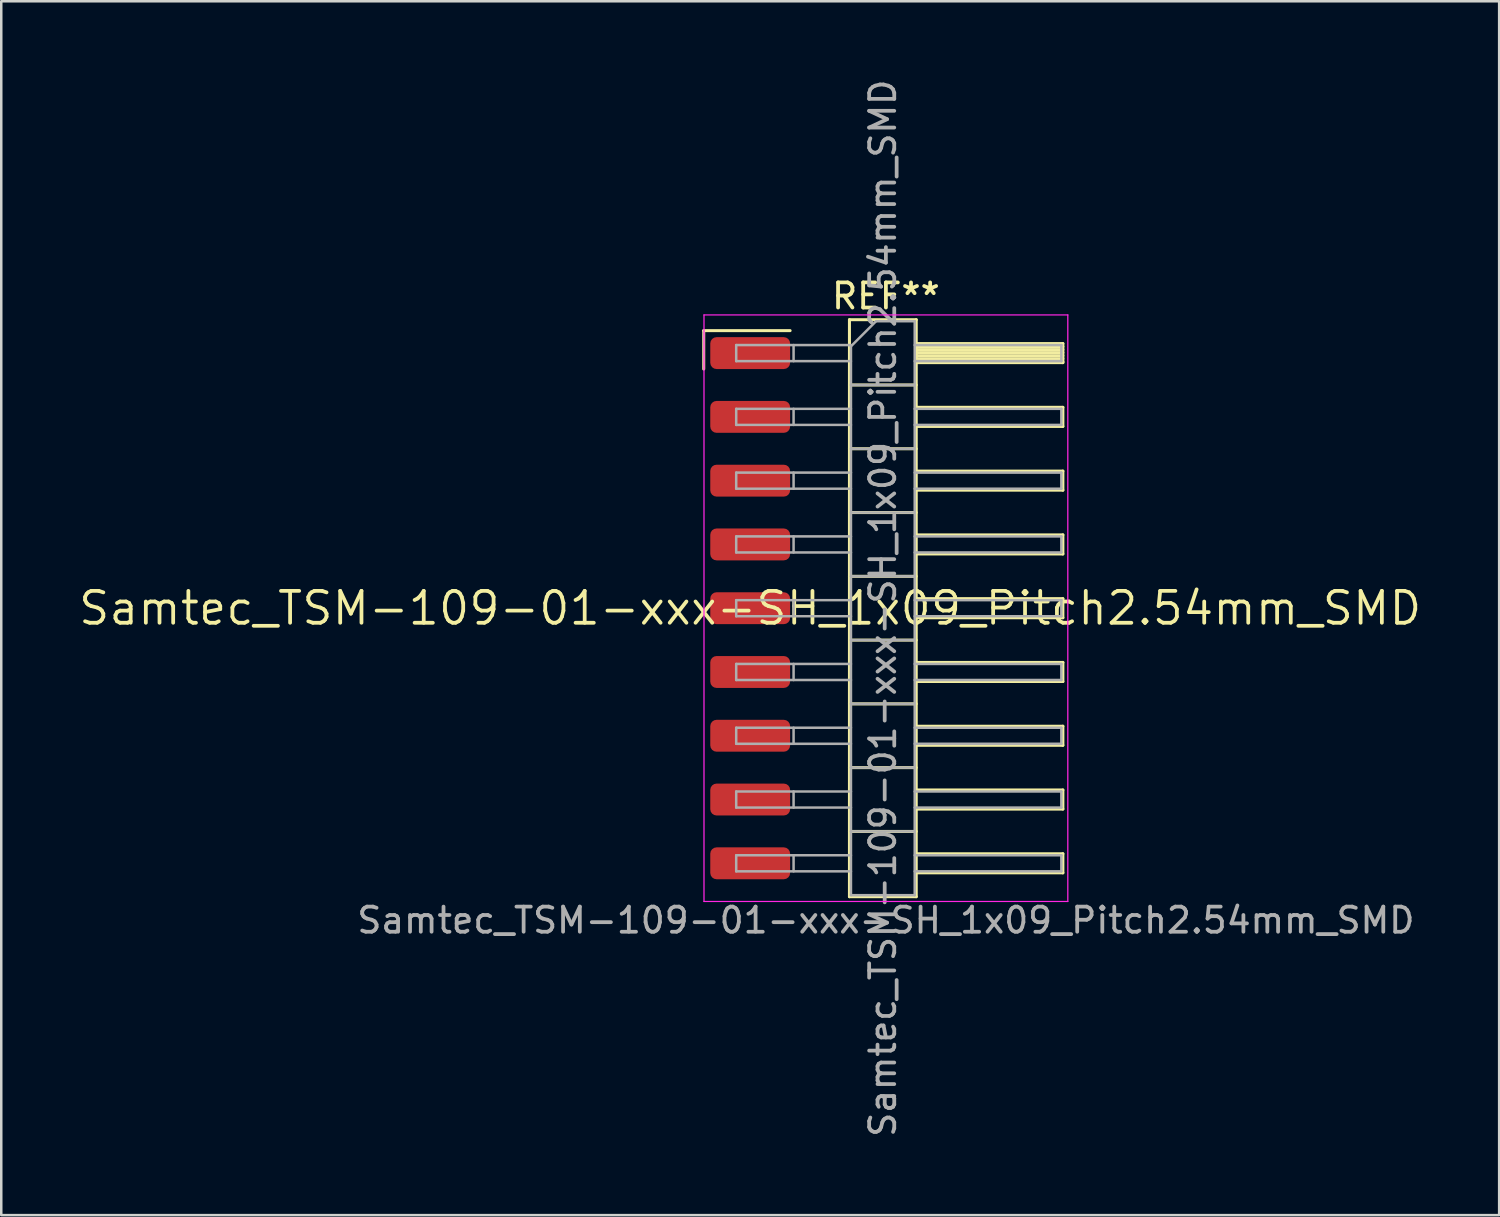
<source format=kicad_pcb>
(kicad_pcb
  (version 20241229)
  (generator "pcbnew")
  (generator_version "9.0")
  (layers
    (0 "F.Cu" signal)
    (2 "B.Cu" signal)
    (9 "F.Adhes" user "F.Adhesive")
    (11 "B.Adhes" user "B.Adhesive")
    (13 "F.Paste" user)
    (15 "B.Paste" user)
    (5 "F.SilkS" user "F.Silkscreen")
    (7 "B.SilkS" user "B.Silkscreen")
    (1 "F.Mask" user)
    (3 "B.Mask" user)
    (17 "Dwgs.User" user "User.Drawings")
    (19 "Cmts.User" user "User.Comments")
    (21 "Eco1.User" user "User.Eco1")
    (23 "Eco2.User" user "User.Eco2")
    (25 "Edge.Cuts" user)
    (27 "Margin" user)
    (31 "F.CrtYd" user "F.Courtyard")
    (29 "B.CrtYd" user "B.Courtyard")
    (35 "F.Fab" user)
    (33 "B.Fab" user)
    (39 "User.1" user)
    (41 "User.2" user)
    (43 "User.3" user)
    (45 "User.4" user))
  (footprint "Samtec_TSM-109-01-xxx-SH_1x09_Pitch2.54mm_SMD"
    (layer "F.Cu")
    (at 26.828 21.173)
    (property "Reference" "Samtec_TSM-109-01-xxx-SH_1x09_Pitch2.54mm_SMD" (at 0 0 0) (layer "F.SilkS") (effects (font (size 1.27 1.27) (thickness 0.15))))
    (attr smd)
    (fp_line (start -1.85 -11.055) (end 1.59 -11.055) (stroke (width 0.12) (type solid)) (layer "F.SilkS"))
    (fp_line (start -1.85 -9.525) (end -1.85 -11.055) (stroke (width 0.12) (type solid)) (layer "F.SilkS"))
    (fp_line (start 3.953 -11.49) (end 6.613 -11.49) (stroke (width 0.12) (type solid)) (layer "F.SilkS"))
    (fp_line (start 3.953 -8.89) (end 6.613 -8.89) (stroke (width 0.12) (type solid)) (layer "F.SilkS"))
    (fp_line (start 3.953 -6.35) (end 6.613 -6.35) (stroke (width 0.12) (type solid)) (layer "F.SilkS"))
    (fp_line (start 3.953 -3.81) (end 6.613 -3.81) (stroke (width 0.12) (type solid)) (layer "F.SilkS"))
    (fp_line (start 3.953 -1.27) (end 6.613 -1.27) (stroke (width 0.12) (type solid)) (layer "F.SilkS"))
    (fp_line (start 3.953 1.27) (end 6.613 1.27) (stroke (width 0.12) (type solid)) (layer "F.SilkS"))
    (fp_line (start 3.953 3.81) (end 6.613 3.81) (stroke (width 0.12) (type solid)) (layer "F.SilkS"))
    (fp_line (start 3.953 6.35) (end 6.613 6.35) (stroke (width 0.12) (type solid)) (layer "F.SilkS"))
    (fp_line (start 3.953 8.89) (end 6.613 8.89) (stroke (width 0.12) (type solid)) (layer "F.SilkS"))
    (fp_line (start 3.953 11.49) (end 3.953 -11.49) (stroke (width 0.12) (type solid)) (layer "F.SilkS"))
    (fp_line (start 6.613 -11.49) (end 6.613 11.49) (stroke (width 0.12) (type solid)) (layer "F.SilkS"))
    (fp_line (start 6.613 -10.54) (end 12.453 -10.54) (stroke (width 0.12) (type solid)) (layer "F.SilkS"))
    (fp_line (start 6.613 -10.42) (end 12.453 -10.42) (stroke (width 0.12) (type solid)) (layer "F.SilkS"))
    (fp_line (start 6.613 -10.3) (end 12.453 -10.3) (stroke (width 0.12) (type solid)) (layer "F.SilkS"))
    (fp_line (start 6.613 -10.18) (end 12.453 -10.18) (stroke (width 0.12) (type solid)) (layer "F.SilkS"))
    (fp_line (start 6.613 -10.06) (end 12.453 -10.06) (stroke (width 0.12) (type solid)) (layer "F.SilkS"))
    (fp_line (start 6.613 -9.94) (end 12.453 -9.94) (stroke (width 0.12) (type solid)) (layer "F.SilkS"))
    (fp_line (start 6.613 -9.82) (end 12.453 -9.82) (stroke (width 0.12) (type solid)) (layer "F.SilkS"))
    (fp_line (start 6.613 -9.78) (end 12.453 -9.78) (stroke (width 0.12) (type solid)) (layer "F.SilkS"))
    (fp_line (start 6.613 -8) (end 12.453 -8) (stroke (width 0.12) (type solid)) (layer "F.SilkS"))
    (fp_line (start 6.613 -7.24) (end 12.453 -7.24) (stroke (width 0.12) (type solid)) (layer "F.SilkS"))
    (fp_line (start 6.613 -5.46) (end 12.453 -5.46) (stroke (width 0.12) (type solid)) (layer "F.SilkS"))
    (fp_line (start 6.613 -4.7) (end 12.453 -4.7) (stroke (width 0.12) (type solid)) (layer "F.SilkS"))
    (fp_line (start 6.613 -2.92) (end 12.453 -2.92) (stroke (width 0.12) (type solid)) (layer "F.SilkS"))
    (fp_line (start 6.613 -2.16) (end 12.453 -2.16) (stroke (width 0.12) (type solid)) (layer "F.SilkS"))
    (fp_line (start 6.613 -0.38) (end 12.453 -0.38) (stroke (width 0.12) (type solid)) (layer "F.SilkS"))
    (fp_line (start 6.613 0.38) (end 12.453 0.38) (stroke (width 0.12) (type solid)) (layer "F.SilkS"))
    (fp_line (start 6.613 2.16) (end 12.453 2.16) (stroke (width 0.12) (type solid)) (layer "F.SilkS"))
    (fp_line (start 6.613 2.92) (end 12.453 2.92) (stroke (width 0.12) (type solid)) (layer "F.SilkS"))
    (fp_line (start 6.613 4.7) (end 12.453 4.7) (stroke (width 0.12) (type solid)) (layer "F.SilkS"))
    (fp_line (start 6.613 5.46) (end 12.453 5.46) (stroke (width 0.12) (type solid)) (layer "F.SilkS"))
    (fp_line (start 6.613 7.24) (end 12.453 7.24) (stroke (width 0.12) (type solid)) (layer "F.SilkS"))
    (fp_line (start 6.613 8) (end 12.453 8) (stroke (width 0.12) (type solid)) (layer "F.SilkS"))
    (fp_line (start 6.613 9.78) (end 12.453 9.78) (stroke (width 0.12) (type solid)) (layer "F.SilkS"))
    (fp_line (start 6.613 10.54) (end 12.453 10.54) (stroke (width 0.12) (type solid)) (layer "F.SilkS"))
    (fp_line (start 6.613 11.49) (end 3.953 11.49) (stroke (width 0.12) (type solid)) (layer "F.SilkS"))
    (fp_line (start 12.453 -10.54) (end 12.453 -9.78) (stroke (width 0.12) (type solid)) (layer "F.SilkS"))
    (fp_line (start 12.453 -8) (end 12.453 -7.24) (stroke (width 0.12) (type solid)) (layer "F.SilkS"))
    (fp_line (start 12.453 -5.46) (end 12.453 -4.7) (stroke (width 0.12) (type solid)) (layer "F.SilkS"))
    (fp_line (start 12.453 -2.92) (end 12.453 -2.16) (stroke (width 0.12) (type solid)) (layer "F.SilkS"))
    (fp_line (start 12.453 -0.38) (end 12.453 0.38) (stroke (width 0.12) (type solid)) (layer "F.SilkS"))
    (fp_line (start 12.453 2.16) (end 12.453 2.92) (stroke (width 0.12) (type solid)) (layer "F.SilkS"))
    (fp_line (start 12.453 4.7) (end 12.453 5.46) (stroke (width 0.12) (type solid)) (layer "F.SilkS"))
    (fp_line (start 12.453 7.24) (end 12.453 8) (stroke (width 0.12) (type solid)) (layer "F.SilkS"))
    (fp_line (start 12.453 9.78) (end 12.453 10.54) (stroke (width 0.12) (type solid)) (layer "F.SilkS"))
    (fp_line (start -1.84 -11.68) (end 12.65 -11.68) (stroke (width 0.05) (type solid)) (layer "F.CrtYd"))
    (fp_line (start -1.84 11.68) (end -1.84 -11.68) (stroke (width 0.05) (type solid)) (layer "F.CrtYd"))
    (fp_line (start 12.65 -11.68) (end 12.65 11.68) (stroke (width 0.05) (type solid)) (layer "F.CrtYd"))
    (fp_line (start 12.65 11.68) (end -1.84 11.68) (stroke (width 0.05) (type solid)) (layer "F.CrtYd"))
    (fp_line (start -0.557 -10.48) (end -0.557 -9.84) (stroke (width 0.1) (type solid)) (layer "F.Fab"))
    (fp_line (start -0.557 -10.48) (end 4.013 -10.48) (stroke (width 0.1) (type solid)) (layer "F.Fab"))
    (fp_line (start -0.557 -9.84) (end 4.013 -9.84) (stroke (width 0.1) (type solid)) (layer "F.Fab"))
    (fp_line (start -0.557 -7.94) (end -0.557 -7.3) (stroke (width 0.1) (type solid)) (layer "F.Fab"))
    (fp_line (start -0.557 -7.94) (end 4.013 -7.94) (stroke (width 0.1) (type solid)) (layer "F.Fab"))
    (fp_line (start -0.557 -7.3) (end 4.013 -7.3) (stroke (width 0.1) (type solid)) (layer "F.Fab"))
    (fp_line (start -0.557 -5.4) (end -0.557 -4.76) (stroke (width 0.1) (type solid)) (layer "F.Fab"))
    (fp_line (start -0.557 -5.4) (end 4.013 -5.4) (stroke (width 0.1) (type solid)) (layer "F.Fab"))
    (fp_line (start -0.557 -4.76) (end 4.013 -4.76) (stroke (width 0.1) (type solid)) (layer "F.Fab"))
    (fp_line (start -0.557 -2.86) (end -0.557 -2.22) (stroke (width 0.1) (type solid)) (layer "F.Fab"))
    (fp_line (start -0.557 -2.86) (end 4.013 -2.86) (stroke (width 0.1) (type solid)) (layer "F.Fab"))
    (fp_line (start -0.557 -2.22) (end 4.013 -2.22) (stroke (width 0.1) (type solid)) (layer "F.Fab"))
    (fp_line (start -0.557 -0.32) (end -0.557 0.32) (stroke (width 0.1) (type solid)) (layer "F.Fab"))
    (fp_line (start -0.557 -0.32) (end 4.013 -0.32) (stroke (width 0.1) (type solid)) (layer "F.Fab"))
    (fp_line (start -0.557 0.32) (end 4.013 0.32) (stroke (width 0.1) (type solid)) (layer "F.Fab"))
    (fp_line (start -0.557 2.22) (end -0.557 2.86) (stroke (width 0.1) (type solid)) (layer "F.Fab"))
    (fp_line (start -0.557 2.22) (end 4.013 2.22) (stroke (width 0.1) (type solid)) (layer "F.Fab"))
    (fp_line (start -0.557 2.86) (end 4.013 2.86) (stroke (width 0.1) (type solid)) (layer "F.Fab"))
    (fp_line (start -0.557 4.76) (end -0.557 5.4) (stroke (width 0.1) (type solid)) (layer "F.Fab"))
    (fp_line (start -0.557 4.76) (end 4.013 4.76) (stroke (width 0.1) (type solid)) (layer "F.Fab"))
    (fp_line (start -0.557 5.4) (end 4.013 5.4) (stroke (width 0.1) (type solid)) (layer "F.Fab"))
    (fp_line (start -0.557 7.3) (end -0.557 7.94) (stroke (width 0.1) (type solid)) (layer "F.Fab"))
    (fp_line (start -0.557 7.3) (end 4.013 7.3) (stroke (width 0.1) (type solid)) (layer "F.Fab"))
    (fp_line (start -0.557 7.94) (end 4.013 7.94) (stroke (width 0.1) (type solid)) (layer "F.Fab"))
    (fp_line (start -0.557 9.84) (end -0.557 10.48) (stroke (width 0.1) (type solid)) (layer "F.Fab"))
    (fp_line (start -0.557 9.84) (end 4.013 9.84) (stroke (width 0.1) (type solid)) (layer "F.Fab"))
    (fp_line (start -0.557 10.48) (end 4.013 10.48) (stroke (width 0.1) (type solid)) (layer "F.Fab"))
    (fp_line (start 1.728 -10.48) (end 1.728 -9.84) (stroke (width 0.1) (type solid)) (layer "F.Fab"))
    (fp_line (start 1.728 -7.94) (end 1.728 -7.3) (stroke (width 0.1) (type solid)) (layer "F.Fab"))
    (fp_line (start 1.728 -5.4) (end 1.728 -4.76) (stroke (width 0.1) (type solid)) (layer "F.Fab"))
    (fp_line (start 1.728 -2.86) (end 1.728 -2.22) (stroke (width 0.1) (type solid)) (layer "F.Fab"))
    (fp_line (start 1.728 -0.32) (end 1.728 0.32) (stroke (width 0.1) (type solid)) (layer "F.Fab"))
    (fp_line (start 1.728 2.22) (end 1.728 2.86) (stroke (width 0.1) (type solid)) (layer "F.Fab"))
    (fp_line (start 1.728 4.76) (end 1.728 5.4) (stroke (width 0.1) (type solid)) (layer "F.Fab"))
    (fp_line (start 1.728 7.3) (end 1.728 7.94) (stroke (width 0.1) (type solid)) (layer "F.Fab"))
    (fp_line (start 1.728 9.84) (end 1.728 10.48) (stroke (width 0.1) (type solid)) (layer "F.Fab"))
    (fp_line (start 4.013 -10.43) (end 5.013 -11.43) (stroke (width 0.1) (type solid)) (layer "F.Fab"))
    (fp_line (start 4.013 -8.89) (end 6.553 -8.89) (stroke (width 0.1) (type solid)) (layer "F.Fab"))
    (fp_line (start 4.013 -6.35) (end 6.553 -6.35) (stroke (width 0.1) (type solid)) (layer "F.Fab"))
    (fp_line (start 4.013 -3.81) (end 6.553 -3.81) (stroke (width 0.1) (type solid)) (layer "F.Fab"))
    (fp_line (start 4.013 -1.27) (end 6.553 -1.27) (stroke (width 0.1) (type solid)) (layer "F.Fab"))
    (fp_line (start 4.013 1.27) (end 6.553 1.27) (stroke (width 0.1) (type solid)) (layer "F.Fab"))
    (fp_line (start 4.013 3.81) (end 6.553 3.81) (stroke (width 0.1) (type solid)) (layer "F.Fab"))
    (fp_line (start 4.013 6.35) (end 6.553 6.35) (stroke (width 0.1) (type solid)) (layer "F.Fab"))
    (fp_line (start 4.013 8.89) (end 6.553 8.89) (stroke (width 0.1) (type solid)) (layer "F.Fab"))
    (fp_line (start 4.013 11.43) (end 4.013 -10.43) (stroke (width 0.1) (type solid)) (layer "F.Fab"))
    (fp_line (start 5.013 -11.43) (end 6.553 -11.43) (stroke (width 0.1) (type solid)) (layer "F.Fab"))
    (fp_line (start 6.553 -11.43) (end 6.553 11.43) (stroke (width 0.1) (type solid)) (layer "F.Fab"))
    (fp_line (start 6.553 -10.48) (end 12.393 -10.48) (stroke (width 0.1) (type solid)) (layer "F.Fab"))
    (fp_line (start 6.553 -9.84) (end 12.393 -9.84) (stroke (width 0.1) (type solid)) (layer "F.Fab"))
    (fp_line (start 6.553 -7.94) (end 12.393 -7.94) (stroke (width 0.1) (type solid)) (layer "F.Fab"))
    (fp_line (start 6.553 -7.3) (end 12.393 -7.3) (stroke (width 0.1) (type solid)) (layer "F.Fab"))
    (fp_line (start 6.553 -5.4) (end 12.393 -5.4) (stroke (width 0.1) (type solid)) (layer "F.Fab"))
    (fp_line (start 6.553 -4.76) (end 12.393 -4.76) (stroke (width 0.1) (type solid)) (layer "F.Fab"))
    (fp_line (start 6.553 -2.86) (end 12.393 -2.86) (stroke (width 0.1) (type solid)) (layer "F.Fab"))
    (fp_line (start 6.553 -2.22) (end 12.393 -2.22) (stroke (width 0.1) (type solid)) (layer "F.Fab"))
    (fp_line (start 6.553 -0.32) (end 12.393 -0.32) (stroke (width 0.1) (type solid)) (layer "F.Fab"))
    (fp_line (start 6.553 0.32) (end 12.393 0.32) (stroke (width 0.1) (type solid)) (layer "F.Fab"))
    (fp_line (start 6.553 2.22) (end 12.393 2.22) (stroke (width 0.1) (type solid)) (layer "F.Fab"))
    (fp_line (start 6.553 2.86) (end 12.393 2.86) (stroke (width 0.1) (type solid)) (layer "F.Fab"))
    (fp_line (start 6.553 4.76) (end 12.393 4.76) (stroke (width 0.1) (type solid)) (layer "F.Fab"))
    (fp_line (start 6.553 5.4) (end 12.393 5.4) (stroke (width 0.1) (type solid)) (layer "F.Fab"))
    (fp_line (start 6.553 7.3) (end 12.393 7.3) (stroke (width 0.1) (type solid)) (layer "F.Fab"))
    (fp_line (start 6.553 7.94) (end 12.393 7.94) (stroke (width 0.1) (type solid)) (layer "F.Fab"))
    (fp_line (start 6.553 9.84) (end 12.393 9.84) (stroke (width 0.1) (type solid)) (layer "F.Fab"))
    (fp_line (start 6.553 10.48) (end 12.393 10.48) (stroke (width 0.1) (type solid)) (layer "F.Fab"))
    (fp_line (start 6.553 11.43) (end 4.013 11.43) (stroke (width 0.1) (type solid)) (layer "F.Fab"))
    (fp_line (start 12.393 -10.48) (end 12.393 -9.84) (stroke (width 0.1) (type solid)) (layer "F.Fab"))
    (fp_line (start 12.393 -7.94) (end 12.393 -7.3) (stroke (width 0.1) (type solid)) (layer "F.Fab"))
    (fp_line (start 12.393 -5.4) (end 12.393 -4.76) (stroke (width 0.1) (type solid)) (layer "F.Fab"))
    (fp_line (start 12.393 -2.86) (end 12.393 -2.22) (stroke (width 0.1) (type solid)) (layer "F.Fab"))
    (fp_line (start 12.393 -0.32) (end 12.393 0.32) (stroke (width 0.1) (type solid)) (layer "F.Fab"))
    (fp_line (start 12.393 2.22) (end 12.393 2.86) (stroke (width 0.1) (type solid)) (layer "F.Fab"))
    (fp_line (start 12.393 4.76) (end 12.393 5.4) (stroke (width 0.1) (type solid)) (layer "F.Fab"))
    (fp_line (start 12.393 7.3) (end 12.393 7.94) (stroke (width 0.1) (type solid)) (layer "F.Fab"))
    (fp_line (start 12.393 9.84) (end 12.393 10.48) (stroke (width 0.1) (type solid)) (layer "F.Fab"))
    (fp_text user "REF**" (at 5.405 -12.43 0) (layer "F.SilkS") (effects (font (size 1 1) (thickness 0.15))))
    (fp_text user "${REFERENCE}" (at 5.283 0 90) (layer "F.Fab") (effects (font (size 1 1) (thickness 0.15))))
    (fp_text user "Samtec_TSM-109-01-xxx-SH_1x09_Pitch2.54mm_SMD" (at 5.405 12.43 0) (layer "F.Fab") (effects (font (size 1 1) (thickness 0.15))))
    (pad "1" smd roundrect (at 0 -10.16) (size 3.18 1.27) (layers "F.Cu" "F.Mask" "F.Paste") (roundrect_rratio 0.197))
    (pad "2" smd roundrect (at 0 -7.62) (size 3.18 1.27) (layers "F.Cu" "F.Mask" "F.Paste") (roundrect_rratio 0.197))
    (pad "3" smd roundrect (at 0 -5.08) (size 3.18 1.27) (layers "F.Cu" "F.Mask" "F.Paste") (roundrect_rratio 0.197))
    (pad "4" smd roundrect (at 0 -2.54) (size 3.18 1.27) (layers "F.Cu" "F.Mask" "F.Paste") (roundrect_rratio 0.197))
    (pad "5" smd roundrect (at 0 0) (size 3.18 1.27) (layers "F.Cu" "F.Mask" "F.Paste") (roundrect_rratio 0.197))
    (pad "6" smd roundrect (at 0 2.54) (size 3.18 1.27) (layers "F.Cu" "F.Mask" "F.Paste") (roundrect_rratio 0.197))
    (pad "7" smd roundrect (at 0 5.08) (size 3.18 1.27) (layers "F.Cu" "F.Mask" "F.Paste") (roundrect_rratio 0.197))
    (pad "8" smd roundrect (at 0 7.62) (size 3.18 1.27) (layers "F.Cu" "F.Mask" "F.Paste") (roundrect_rratio 0.197))
    (pad "9" smd roundrect (at 0 10.16) (size 3.18 1.27) (layers "F.Cu" "F.Mask" "F.Paste") (roundrect_rratio 0.197)))
  (gr_rect
    (start -3 -3)
    (end 56.657 45.345)
    (stroke (width 0.1) (type default))
    (fill no)
    (layer "Edge.Cuts")))
</source>
